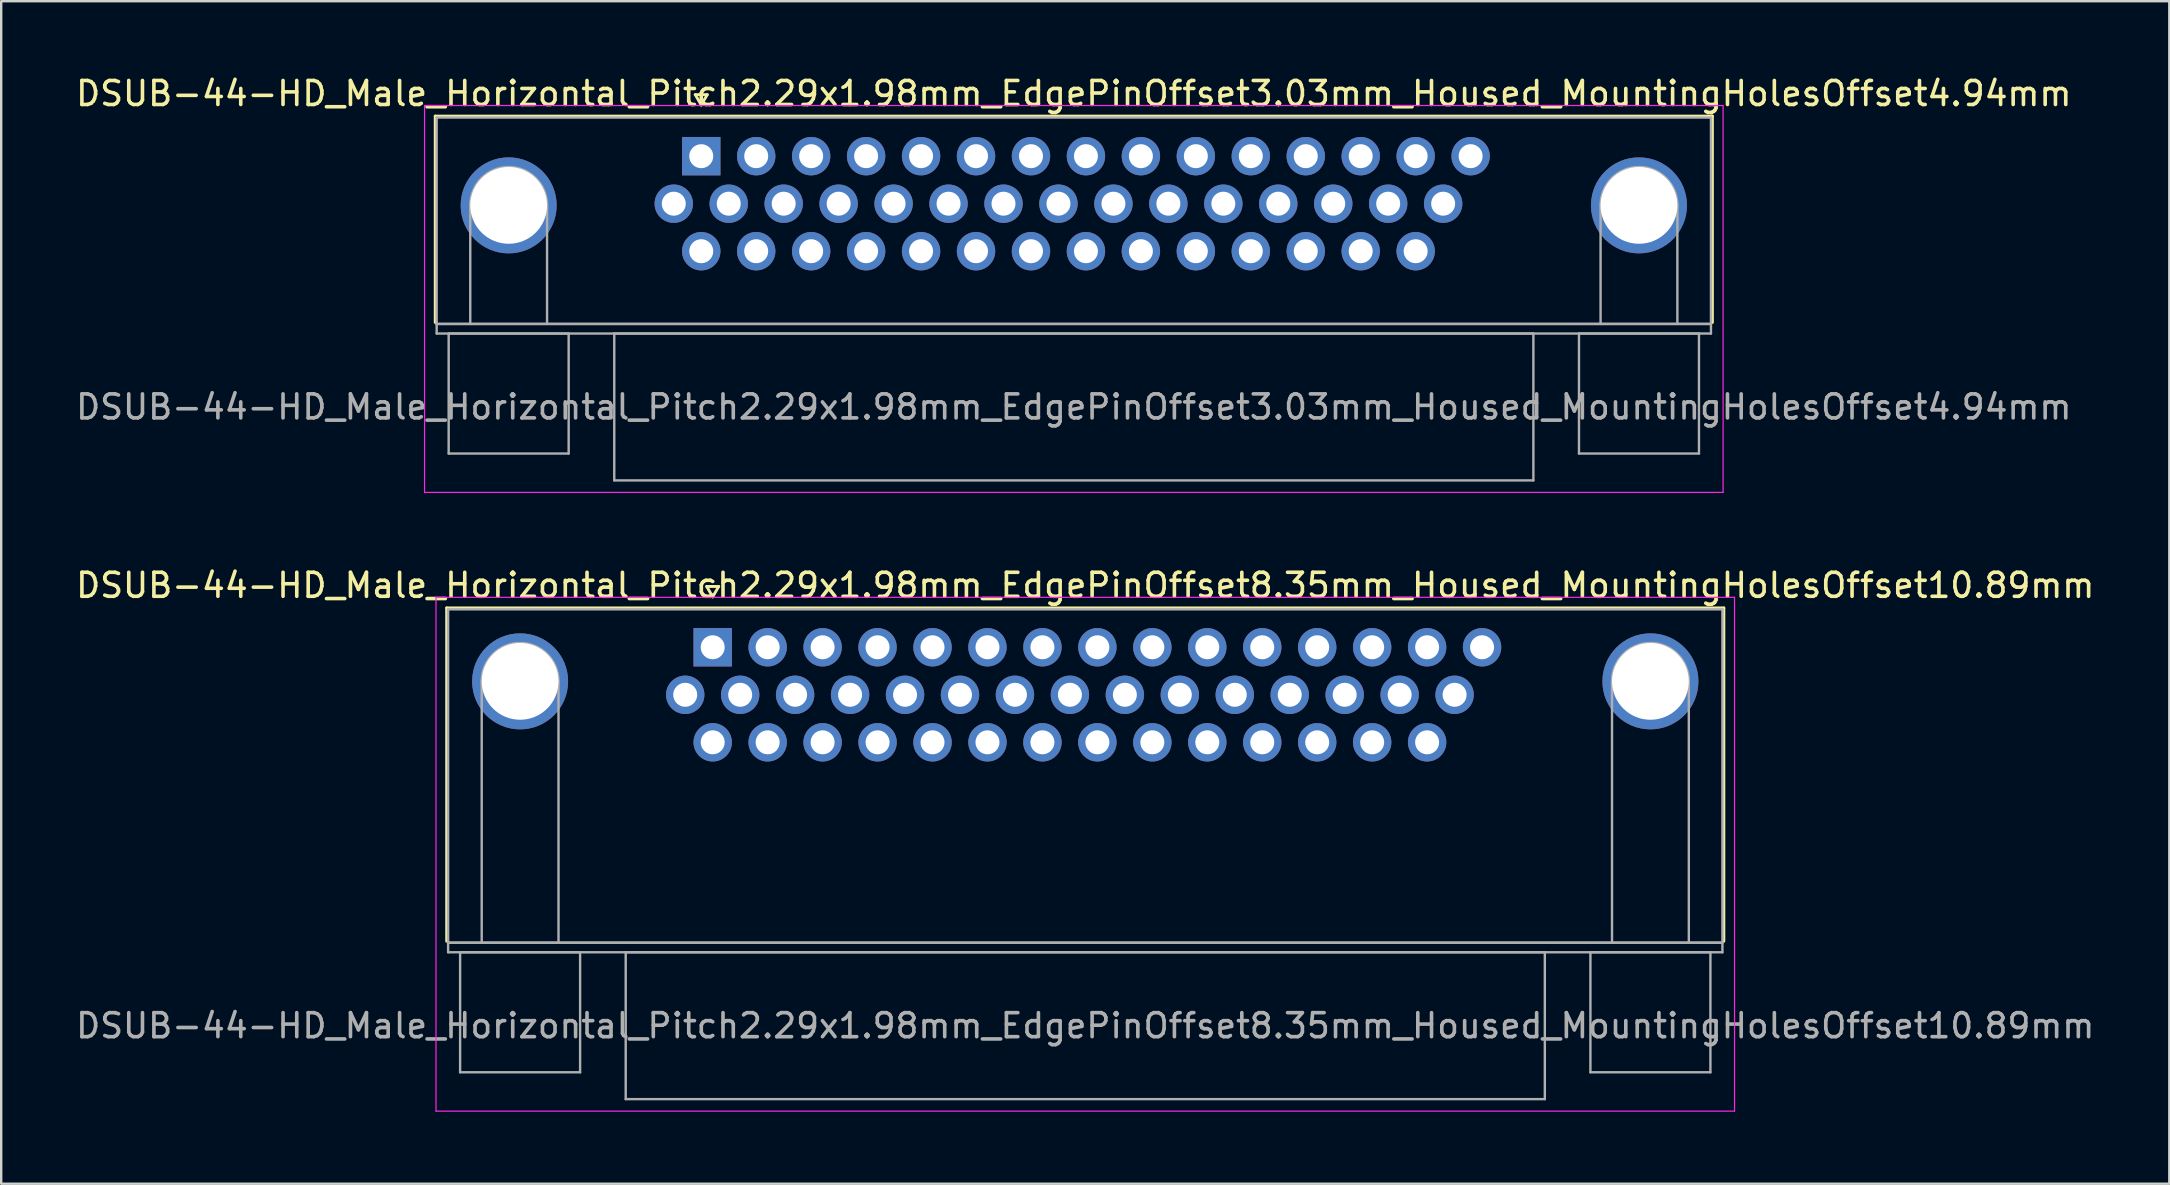
<source format=kicad_pcb>
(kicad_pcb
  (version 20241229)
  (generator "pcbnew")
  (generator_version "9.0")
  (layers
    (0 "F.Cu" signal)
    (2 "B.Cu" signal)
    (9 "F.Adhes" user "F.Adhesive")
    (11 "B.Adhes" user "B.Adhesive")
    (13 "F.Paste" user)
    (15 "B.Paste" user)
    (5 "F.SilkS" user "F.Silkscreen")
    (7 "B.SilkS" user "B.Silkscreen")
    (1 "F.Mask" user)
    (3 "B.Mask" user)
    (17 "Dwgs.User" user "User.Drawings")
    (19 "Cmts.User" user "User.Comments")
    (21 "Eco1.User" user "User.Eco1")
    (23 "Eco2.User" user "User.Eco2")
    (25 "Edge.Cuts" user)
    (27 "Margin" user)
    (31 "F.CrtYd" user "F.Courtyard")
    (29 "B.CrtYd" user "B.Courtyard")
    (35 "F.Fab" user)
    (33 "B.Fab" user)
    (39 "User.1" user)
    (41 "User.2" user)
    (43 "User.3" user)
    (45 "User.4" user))
  (footprint "DSUB-44-HD_Male_Horizontal_Pitch2.29x1.98mm_EdgePinOffset8.35mm_Housed_MountingHolesOffset10.89mm"
    (layer "F.Cu")
    (at 26.648 23.922)
    (property "Reference" "DSUB-44-HD_Male_Horizontal_Pitch2.29x1.98mm_EdgePinOffset8.35mm_Housed_MountingHolesOffset10.89mm" (at 15.525 -2.58 0) (layer "F.SilkS") (effects (font (size 1 1) (thickness 0.15))))
    (attr through_hole)
    (fp_line (start -11.085 -1.64) (end 42.135 -1.64) (stroke (width 0.12) (type solid)) (layer "F.SilkS"))
    (fp_line (start -11.085 12.25) (end -11.085 -1.64) (stroke (width 0.12) (type solid)) (layer "F.SilkS"))
    (fp_line (start -0.25 -2.534) (end 0.25 -2.534) (stroke (width 0.12) (type solid)) (layer "F.SilkS"))
    (fp_line (start 0 -2.101) (end -0.25 -2.534) (stroke (width 0.12) (type solid)) (layer "F.SilkS"))
    (fp_line (start 0.25 -2.534) (end 0 -2.101) (stroke (width 0.12) (type solid)) (layer "F.SilkS"))
    (fp_line (start 42.135 -1.64) (end 42.135 12.25) (stroke (width 0.12) (type solid)) (layer "F.SilkS"))
    (fp_line (start -11.53 -2.08) (end -11.53 19.33) (stroke (width 0.05) (type solid)) (layer "F.CrtYd"))
    (fp_line (start -11.53 19.33) (end 42.58 19.33) (stroke (width 0.05) (type solid)) (layer "F.CrtYd"))
    (fp_line (start 42.58 -2.08) (end -11.53 -2.08) (stroke (width 0.05) (type solid)) (layer "F.CrtYd"))
    (fp_line (start 42.58 19.33) (end 42.58 -2.08) (stroke (width 0.05) (type solid)) (layer "F.CrtYd"))
    (fp_line (start -11.025 -1.58) (end -11.025 12.31) (stroke (width 0.1) (type solid)) (layer "F.Fab"))
    (fp_line (start -11.025 12.31) (end -11.025 12.71) (stroke (width 0.1) (type solid)) (layer "F.Fab"))
    (fp_line (start -11.025 12.31) (end 42.075 12.31) (stroke (width 0.1) (type solid)) (layer "F.Fab"))
    (fp_line (start -11.025 12.71) (end 42.075 12.71) (stroke (width 0.1) (type solid)) (layer "F.Fab"))
    (fp_line (start -10.525 12.71) (end -10.525 17.71) (stroke (width 0.1) (type solid)) (layer "F.Fab"))
    (fp_line (start -10.525 17.71) (end -5.525 17.71) (stroke (width 0.1) (type solid)) (layer "F.Fab"))
    (fp_line (start -9.625 12.31) (end -9.625 1.42) (stroke (width 0.1) (type solid)) (layer "F.Fab"))
    (fp_line (start -6.425 12.31) (end -6.425 1.42) (stroke (width 0.1) (type solid)) (layer "F.Fab"))
    (fp_line (start -5.525 12.71) (end -10.525 12.71) (stroke (width 0.1) (type solid)) (layer "F.Fab"))
    (fp_line (start -5.525 17.71) (end -5.525 12.71) (stroke (width 0.1) (type solid)) (layer "F.Fab"))
    (fp_line (start -3.625 12.71) (end -3.625 18.83) (stroke (width 0.1) (type solid)) (layer "F.Fab"))
    (fp_line (start -3.625 18.83) (end 34.675 18.83) (stroke (width 0.1) (type solid)) (layer "F.Fab"))
    (fp_line (start 34.675 12.71) (end -3.625 12.71) (stroke (width 0.1) (type solid)) (layer "F.Fab"))
    (fp_line (start 34.675 18.83) (end 34.675 12.71) (stroke (width 0.1) (type solid)) (layer "F.Fab"))
    (fp_line (start 36.575 12.71) (end 36.575 17.71) (stroke (width 0.1) (type solid)) (layer "F.Fab"))
    (fp_line (start 36.575 17.71) (end 41.575 17.71) (stroke (width 0.1) (type solid)) (layer "F.Fab"))
    (fp_line (start 37.475 12.31) (end 37.475 1.42) (stroke (width 0.1) (type solid)) (layer "F.Fab"))
    (fp_line (start 40.675 12.31) (end 40.675 1.42) (stroke (width 0.1) (type solid)) (layer "F.Fab"))
    (fp_line (start 41.575 12.71) (end 36.575 12.71) (stroke (width 0.1) (type solid)) (layer "F.Fab"))
    (fp_line (start 41.575 17.71) (end 41.575 12.71) (stroke (width 0.1) (type solid)) (layer "F.Fab"))
    (fp_line (start 42.075 -1.58) (end -11.025 -1.58) (stroke (width 0.1) (type solid)) (layer "F.Fab"))
    (fp_line (start 42.075 12.31) (end -11.025 12.31) (stroke (width 0.1) (type solid)) (layer "F.Fab"))
    (fp_line (start 42.075 12.31) (end 42.075 -1.58) (stroke (width 0.1) (type solid)) (layer "F.Fab"))
    (fp_line (start 42.075 12.71) (end 42.075 12.31) (stroke (width 0.1) (type solid)) (layer "F.Fab"))
    (fp_arc (start -9.625 1.42) (mid -8.025 -0.18) (end -6.425 1.42) (stroke (width 0.1) (type solid)) (layer "F.Fab"))
    (fp_arc (start 37.475 1.42) (mid 39.075 -0.18) (end 40.675 1.42) (stroke (width 0.1) (type solid)) (layer "F.Fab"))
    (fp_text user "${REFERENCE}" (at 15.525 15.77 0) (layer "F.Fab") (effects (font (size 1 1) (thickness 0.15))))
    (pad "0" thru_hole circle (at -8.025 1.42) (size 4 4) (drill 3.2) (layers "*.Cu" "*.Mask"))
    (pad "0" thru_hole circle (at 39.075 1.42) (size 4 4) (drill 3.2) (layers "*.Cu" "*.Mask"))
    (pad "1" thru_hole rect (at 0 0) (size 1.6 1.6) (drill 1) (layers "*.Cu" "*.Mask"))
    (pad "2" thru_hole circle (at 2.29 0) (size 1.6 1.6) (drill 1) (layers "*.Cu" "*.Mask"))
    (pad "3" thru_hole circle (at 4.58 0) (size 1.6 1.6) (drill 1) (layers "*.Cu" "*.Mask"))
    (pad "4" thru_hole circle (at 6.87 0) (size 1.6 1.6) (drill 1) (layers "*.Cu" "*.Mask"))
    (pad "5" thru_hole circle (at 9.16 0) (size 1.6 1.6) (drill 1) (layers "*.Cu" "*.Mask"))
    (pad "6" thru_hole circle (at 11.45 0) (size 1.6 1.6) (drill 1) (layers "*.Cu" "*.Mask"))
    (pad "7" thru_hole circle (at 13.74 0) (size 1.6 1.6) (drill 1) (layers "*.Cu" "*.Mask"))
    (pad "8" thru_hole circle (at 16.03 0) (size 1.6 1.6) (drill 1) (layers "*.Cu" "*.Mask"))
    (pad "9" thru_hole circle (at 18.32 0) (size 1.6 1.6) (drill 1) (layers "*.Cu" "*.Mask"))
    (pad "10" thru_hole circle (at 20.61 0) (size 1.6 1.6) (drill 1) (layers "*.Cu" "*.Mask"))
    (pad "11" thru_hole circle (at 22.9 0) (size 1.6 1.6) (drill 1) (layers "*.Cu" "*.Mask"))
    (pad "12" thru_hole circle (at 25.19 0) (size 1.6 1.6) (drill 1) (layers "*.Cu" "*.Mask"))
    (pad "13" thru_hole circle (at 27.48 0) (size 1.6 1.6) (drill 1) (layers "*.Cu" "*.Mask"))
    (pad "14" thru_hole circle (at 29.77 0) (size 1.6 1.6) (drill 1) (layers "*.Cu" "*.Mask"))
    (pad "15" thru_hole circle (at 32.06 0) (size 1.6 1.6) (drill 1) (layers "*.Cu" "*.Mask"))
    (pad "16" thru_hole circle (at -1.145 1.98) (size 1.6 1.6) (drill 1) (layers "*.Cu" "*.Mask"))
    (pad "17" thru_hole circle (at 1.145 1.98) (size 1.6 1.6) (drill 1) (layers "*.Cu" "*.Mask"))
    (pad "18" thru_hole circle (at 3.435 1.98) (size 1.6 1.6) (drill 1) (layers "*.Cu" "*.Mask"))
    (pad "19" thru_hole circle (at 5.725 1.98) (size 1.6 1.6) (drill 1) (layers "*.Cu" "*.Mask"))
    (pad "20" thru_hole circle (at 8.015 1.98) (size 1.6 1.6) (drill 1) (layers "*.Cu" "*.Mask"))
    (pad "21" thru_hole circle (at 10.305 1.98) (size 1.6 1.6) (drill 1) (layers "*.Cu" "*.Mask"))
    (pad "22" thru_hole circle (at 12.595 1.98) (size 1.6 1.6) (drill 1) (layers "*.Cu" "*.Mask"))
    (pad "23" thru_hole circle (at 14.885 1.98) (size 1.6 1.6) (drill 1) (layers "*.Cu" "*.Mask"))
    (pad "24" thru_hole circle (at 17.175 1.98) (size 1.6 1.6) (drill 1) (layers "*.Cu" "*.Mask"))
    (pad "25" thru_hole circle (at 19.465 1.98) (size 1.6 1.6) (drill 1) (layers "*.Cu" "*.Mask"))
    (pad "26" thru_hole circle (at 21.755 1.98) (size 1.6 1.6) (drill 1) (layers "*.Cu" "*.Mask"))
    (pad "27" thru_hole circle (at 24.045 1.98) (size 1.6 1.6) (drill 1) (layers "*.Cu" "*.Mask"))
    (pad "28" thru_hole circle (at 26.335 1.98) (size 1.6 1.6) (drill 1) (layers "*.Cu" "*.Mask"))
    (pad "29" thru_hole circle (at 28.625 1.98) (size 1.6 1.6) (drill 1) (layers "*.Cu" "*.Mask"))
    (pad "30" thru_hole circle (at 30.915 1.98) (size 1.6 1.6) (drill 1) (layers "*.Cu" "*.Mask"))
    (pad "31" thru_hole circle (at 0 3.96) (size 1.6 1.6) (drill 1) (layers "*.Cu" "*.Mask"))
    (pad "32" thru_hole circle (at 2.29 3.96) (size 1.6 1.6) (drill 1) (layers "*.Cu" "*.Mask"))
    (pad "33" thru_hole circle (at 4.58 3.96) (size 1.6 1.6) (drill 1) (layers "*.Cu" "*.Mask"))
    (pad "34" thru_hole circle (at 6.87 3.96) (size 1.6 1.6) (drill 1) (layers "*.Cu" "*.Mask"))
    (pad "35" thru_hole circle (at 9.16 3.96) (size 1.6 1.6) (drill 1) (layers "*.Cu" "*.Mask"))
    (pad "36" thru_hole circle (at 11.45 3.96) (size 1.6 1.6) (drill 1) (layers "*.Cu" "*.Mask"))
    (pad "37" thru_hole circle (at 13.74 3.96) (size 1.6 1.6) (drill 1) (layers "*.Cu" "*.Mask"))
    (pad "38" thru_hole circle (at 16.03 3.96) (size 1.6 1.6) (drill 1) (layers "*.Cu" "*.Mask"))
    (pad "39" thru_hole circle (at 18.32 3.96) (size 1.6 1.6) (drill 1) (layers "*.Cu" "*.Mask"))
    (pad "40" thru_hole circle (at 20.61 3.96) (size 1.6 1.6) (drill 1) (layers "*.Cu" "*.Mask"))
    (pad "41" thru_hole circle (at 22.9 3.96) (size 1.6 1.6) (drill 1) (layers "*.Cu" "*.Mask"))
    (pad "42" thru_hole circle (at 25.19 3.96) (size 1.6 1.6) (drill 1) (layers "*.Cu" "*.Mask"))
    (pad "43" thru_hole circle (at 27.48 3.96) (size 1.6 1.6) (drill 1) (layers "*.Cu" "*.Mask"))
    (pad "44" thru_hole circle (at 29.77 3.96) (size 1.6 1.6) (drill 1) (layers "*.Cu" "*.Mask")))
  (footprint "DSUB-44-HD_Male_Horizontal_Pitch2.29x1.98mm_EdgePinOffset3.03mm_Housed_MountingHolesOffset4.94mm"
    (layer "F.Cu")
    (at 26.171 3.458)
    (property "Reference" "DSUB-44-HD_Male_Horizontal_Pitch2.29x1.98mm_EdgePinOffset3.03mm_Housed_MountingHolesOffset4.94mm" (at 15.525 -2.61 0) (layer "F.SilkS") (effects (font (size 1 1) (thickness 0.15))))
    (attr through_hole)
    (fp_line (start -11.085 -1.67) (end 42.135 -1.67) (stroke (width 0.12) (type solid)) (layer "F.SilkS"))
    (fp_line (start -11.085 6.93) (end -11.085 -1.67) (stroke (width 0.12) (type solid)) (layer "F.SilkS"))
    (fp_line (start -0.25 -2.564) (end 0.25 -2.564) (stroke (width 0.12) (type solid)) (layer "F.SilkS"))
    (fp_line (start 0 -2.131) (end -0.25 -2.564) (stroke (width 0.12) (type solid)) (layer "F.SilkS"))
    (fp_line (start 0.25 -2.564) (end 0 -2.131) (stroke (width 0.12) (type solid)) (layer "F.SilkS"))
    (fp_line (start 42.135 -1.67) (end 42.135 6.93) (stroke (width 0.12) (type solid)) (layer "F.SilkS"))
    (fp_line (start -11.53 -2.11) (end -11.53 14.01) (stroke (width 0.05) (type solid)) (layer "F.CrtYd"))
    (fp_line (start -11.53 14.01) (end 42.58 14.01) (stroke (width 0.05) (type solid)) (layer "F.CrtYd"))
    (fp_line (start 42.58 -2.11) (end -11.53 -2.11) (stroke (width 0.05) (type solid)) (layer "F.CrtYd"))
    (fp_line (start 42.58 14.01) (end 42.58 -2.11) (stroke (width 0.05) (type solid)) (layer "F.CrtYd"))
    (fp_line (start -11.025 -1.61) (end -11.025 6.99) (stroke (width 0.1) (type solid)) (layer "F.Fab"))
    (fp_line (start -11.025 6.99) (end -11.025 7.39) (stroke (width 0.1) (type solid)) (layer "F.Fab"))
    (fp_line (start -11.025 6.99) (end 42.075 6.99) (stroke (width 0.1) (type solid)) (layer "F.Fab"))
    (fp_line (start -11.025 7.39) (end 42.075 7.39) (stroke (width 0.1) (type solid)) (layer "F.Fab"))
    (fp_line (start -10.525 7.39) (end -10.525 12.39) (stroke (width 0.1) (type solid)) (layer "F.Fab"))
    (fp_line (start -10.525 12.39) (end -5.525 12.39) (stroke (width 0.1) (type solid)) (layer "F.Fab"))
    (fp_line (start -9.625 6.99) (end -9.625 2.05) (stroke (width 0.1) (type solid)) (layer "F.Fab"))
    (fp_line (start -6.425 6.99) (end -6.425 2.05) (stroke (width 0.1) (type solid)) (layer "F.Fab"))
    (fp_line (start -5.525 7.39) (end -10.525 7.39) (stroke (width 0.1) (type solid)) (layer "F.Fab"))
    (fp_line (start -5.525 12.39) (end -5.525 7.39) (stroke (width 0.1) (type solid)) (layer "F.Fab"))
    (fp_line (start -3.625 7.39) (end -3.625 13.51) (stroke (width 0.1) (type solid)) (layer "F.Fab"))
    (fp_line (start -3.625 13.51) (end 34.675 13.51) (stroke (width 0.1) (type solid)) (layer "F.Fab"))
    (fp_line (start 34.675 7.39) (end -3.625 7.39) (stroke (width 0.1) (type solid)) (layer "F.Fab"))
    (fp_line (start 34.675 13.51) (end 34.675 7.39) (stroke (width 0.1) (type solid)) (layer "F.Fab"))
    (fp_line (start 36.575 7.39) (end 36.575 12.39) (stroke (width 0.1) (type solid)) (layer "F.Fab"))
    (fp_line (start 36.575 12.39) (end 41.575 12.39) (stroke (width 0.1) (type solid)) (layer "F.Fab"))
    (fp_line (start 37.475 6.99) (end 37.475 2.05) (stroke (width 0.1) (type solid)) (layer "F.Fab"))
    (fp_line (start 40.675 6.99) (end 40.675 2.05) (stroke (width 0.1) (type solid)) (layer "F.Fab"))
    (fp_line (start 41.575 7.39) (end 36.575 7.39) (stroke (width 0.1) (type solid)) (layer "F.Fab"))
    (fp_line (start 41.575 12.39) (end 41.575 7.39) (stroke (width 0.1) (type solid)) (layer "F.Fab"))
    (fp_line (start 42.075 -1.61) (end -11.025 -1.61) (stroke (width 0.1) (type solid)) (layer "F.Fab"))
    (fp_line (start 42.075 6.99) (end -11.025 6.99) (stroke (width 0.1) (type solid)) (layer "F.Fab"))
    (fp_line (start 42.075 6.99) (end 42.075 -1.61) (stroke (width 0.1) (type solid)) (layer "F.Fab"))
    (fp_line (start 42.075 7.39) (end 42.075 6.99) (stroke (width 0.1) (type solid)) (layer "F.Fab"))
    (fp_arc (start -9.625 2.05) (mid -8.025 0.45) (end -6.425 2.05) (stroke (width 0.1) (type solid)) (layer "F.Fab"))
    (fp_arc (start 37.475 2.05) (mid 39.075 0.45) (end 40.675 2.05) (stroke (width 0.1) (type solid)) (layer "F.Fab"))
    (fp_text user "${REFERENCE}" (at 15.525 10.45 0) (layer "F.Fab") (effects (font (size 1 1) (thickness 0.15))))
    (pad "0" thru_hole circle (at -8.025 2.05) (size 4 4) (drill 3.2) (layers "*.Cu" "*.Mask"))
    (pad "0" thru_hole circle (at 39.075 2.05) (size 4 4) (drill 3.2) (layers "*.Cu" "*.Mask"))
    (pad "1" thru_hole rect (at 0 0) (size 1.6 1.6) (drill 1) (layers "*.Cu" "*.Mask"))
    (pad "2" thru_hole circle (at 2.29 0) (size 1.6 1.6) (drill 1) (layers "*.Cu" "*.Mask"))
    (pad "3" thru_hole circle (at 4.58 0) (size 1.6 1.6) (drill 1) (layers "*.Cu" "*.Mask"))
    (pad "4" thru_hole circle (at 6.87 0) (size 1.6 1.6) (drill 1) (layers "*.Cu" "*.Mask"))
    (pad "5" thru_hole circle (at 9.16 0) (size 1.6 1.6) (drill 1) (layers "*.Cu" "*.Mask"))
    (pad "6" thru_hole circle (at 11.45 0) (size 1.6 1.6) (drill 1) (layers "*.Cu" "*.Mask"))
    (pad "7" thru_hole circle (at 13.74 0) (size 1.6 1.6) (drill 1) (layers "*.Cu" "*.Mask"))
    (pad "8" thru_hole circle (at 16.03 0) (size 1.6 1.6) (drill 1) (layers "*.Cu" "*.Mask"))
    (pad "9" thru_hole circle (at 18.32 0) (size 1.6 1.6) (drill 1) (layers "*.Cu" "*.Mask"))
    (pad "10" thru_hole circle (at 20.61 0) (size 1.6 1.6) (drill 1) (layers "*.Cu" "*.Mask"))
    (pad "11" thru_hole circle (at 22.9 0) (size 1.6 1.6) (drill 1) (layers "*.Cu" "*.Mask"))
    (pad "12" thru_hole circle (at 25.19 0) (size 1.6 1.6) (drill 1) (layers "*.Cu" "*.Mask"))
    (pad "13" thru_hole circle (at 27.48 0) (size 1.6 1.6) (drill 1) (layers "*.Cu" "*.Mask"))
    (pad "14" thru_hole circle (at 29.77 0) (size 1.6 1.6) (drill 1) (layers "*.Cu" "*.Mask"))
    (pad "15" thru_hole circle (at 32.06 0) (size 1.6 1.6) (drill 1) (layers "*.Cu" "*.Mask"))
    (pad "16" thru_hole circle (at -1.145 1.98) (size 1.6 1.6) (drill 1) (layers "*.Cu" "*.Mask"))
    (pad "17" thru_hole circle (at 1.145 1.98) (size 1.6 1.6) (drill 1) (layers "*.Cu" "*.Mask"))
    (pad "18" thru_hole circle (at 3.435 1.98) (size 1.6 1.6) (drill 1) (layers "*.Cu" "*.Mask"))
    (pad "19" thru_hole circle (at 5.725 1.98) (size 1.6 1.6) (drill 1) (layers "*.Cu" "*.Mask"))
    (pad "20" thru_hole circle (at 8.015 1.98) (size 1.6 1.6) (drill 1) (layers "*.Cu" "*.Mask"))
    (pad "21" thru_hole circle (at 10.305 1.98) (size 1.6 1.6) (drill 1) (layers "*.Cu" "*.Mask"))
    (pad "22" thru_hole circle (at 12.595 1.98) (size 1.6 1.6) (drill 1) (layers "*.Cu" "*.Mask"))
    (pad "23" thru_hole circle (at 14.885 1.98) (size 1.6 1.6) (drill 1) (layers "*.Cu" "*.Mask"))
    (pad "24" thru_hole circle (at 17.175 1.98) (size 1.6 1.6) (drill 1) (layers "*.Cu" "*.Mask"))
    (pad "25" thru_hole circle (at 19.465 1.98) (size 1.6 1.6) (drill 1) (layers "*.Cu" "*.Mask"))
    (pad "26" thru_hole circle (at 21.755 1.98) (size 1.6 1.6) (drill 1) (layers "*.Cu" "*.Mask"))
    (pad "27" thru_hole circle (at 24.045 1.98) (size 1.6 1.6) (drill 1) (layers "*.Cu" "*.Mask"))
    (pad "28" thru_hole circle (at 26.335 1.98) (size 1.6 1.6) (drill 1) (layers "*.Cu" "*.Mask"))
    (pad "29" thru_hole circle (at 28.625 1.98) (size 1.6 1.6) (drill 1) (layers "*.Cu" "*.Mask"))
    (pad "30" thru_hole circle (at 30.915 1.98) (size 1.6 1.6) (drill 1) (layers "*.Cu" "*.Mask"))
    (pad "31" thru_hole circle (at 0 3.96) (size 1.6 1.6) (drill 1) (layers "*.Cu" "*.Mask"))
    (pad "32" thru_hole circle (at 2.29 3.96) (size 1.6 1.6) (drill 1) (layers "*.Cu" "*.Mask"))
    (pad "33" thru_hole circle (at 4.58 3.96) (size 1.6 1.6) (drill 1) (layers "*.Cu" "*.Mask"))
    (pad "34" thru_hole circle (at 6.87 3.96) (size 1.6 1.6) (drill 1) (layers "*.Cu" "*.Mask"))
    (pad "35" thru_hole circle (at 9.16 3.96) (size 1.6 1.6) (drill 1) (layers "*.Cu" "*.Mask"))
    (pad "36" thru_hole circle (at 11.45 3.96) (size 1.6 1.6) (drill 1) (layers "*.Cu" "*.Mask"))
    (pad "37" thru_hole circle (at 13.74 3.96) (size 1.6 1.6) (drill 1) (layers "*.Cu" "*.Mask"))
    (pad "38" thru_hole circle (at 16.03 3.96) (size 1.6 1.6) (drill 1) (layers "*.Cu" "*.Mask"))
    (pad "39" thru_hole circle (at 18.32 3.96) (size 1.6 1.6) (drill 1) (layers "*.Cu" "*.Mask"))
    (pad "40" thru_hole circle (at 20.61 3.96) (size 1.6 1.6) (drill 1) (layers "*.Cu" "*.Mask"))
    (pad "41" thru_hole circle (at 22.9 3.96) (size 1.6 1.6) (drill 1) (layers "*.Cu" "*.Mask"))
    (pad "42" thru_hole circle (at 25.19 3.96) (size 1.6 1.6) (drill 1) (layers "*.Cu" "*.Mask"))
    (pad "43" thru_hole circle (at 27.48 3.96) (size 1.6 1.6) (drill 1) (layers "*.Cu" "*.Mask"))
    (pad "44" thru_hole circle (at 29.77 3.96) (size 1.6 1.6) (drill 1) (layers "*.Cu" "*.Mask")))
  (gr_rect
    (start -3 -3)
    (end 87.345 46.276)
    (stroke (width 0.1) (type default))
    (fill no)
    (layer "Edge.Cuts")))
</source>
